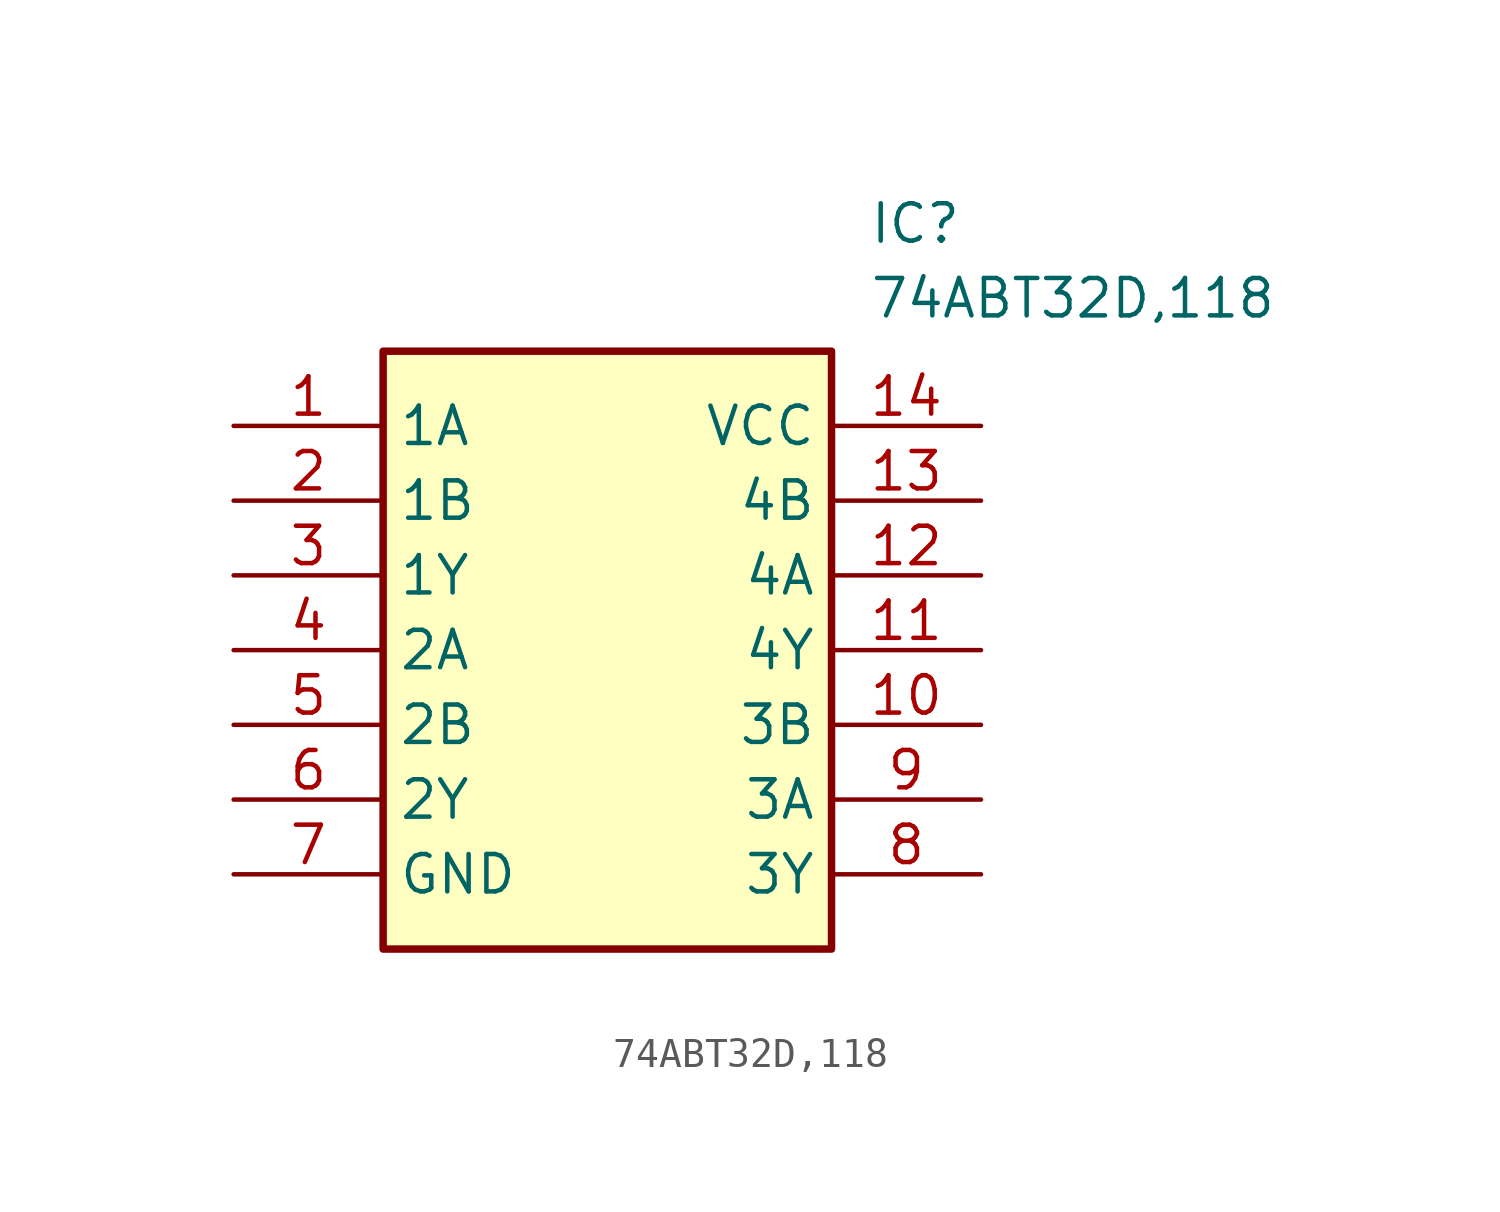
<source format=kicad_sym>
(kicad_symbol_lib
  (version 20211014)
  (generator SamacSys_ECAD_Model)
  (symbol "74ABT32D,118"
    (property "Reference" "IC"
      (at 21.59 7.62 0)
      (effects (font (size 1.27 1.27)) (justify left top)))
    (property "Value" "74ABT32D,118"
      (at 21.59 5.08 0)
      (effects (font (size 1.27 1.27)) (justify left top)))
    (rectangle
      (start 5.08 2.54)
      (end 20.32 -17.78)
      (stroke (width 0.254) (type default))
      (fill (type background)))
    (pin passive line
      (at 0 0 0)
      (length 5.08)
      (name "1A" (effects (font (size 1.27 1.27))))
      (number "1" (effects (font (size 1.27 1.27)))))
    (pin passive line
      (at 0 -2.54 0)
      (length 5.08)
      (name "1B" (effects (font (size 1.27 1.27))))
      (number "2" (effects (font (size 1.27 1.27)))))
    (pin passive line
      (at 0 -5.08 0)
      (length 5.08)
      (name "1Y" (effects (font (size 1.27 1.27))))
      (number "3" (effects (font (size 1.27 1.27)))))
    (pin passive line
      (at 0 -7.62 0)
      (length 5.08)
      (name "2A" (effects (font (size 1.27 1.27))))
      (number "4" (effects (font (size 1.27 1.27)))))
    (pin passive line
      (at 0 -10.16 0)
      (length 5.08)
      (name "2B" (effects (font (size 1.27 1.27))))
      (number "5" (effects (font (size 1.27 1.27)))))
    (pin passive line
      (at 0 -12.7 0)
      (length 5.08)
      (name "2Y" (effects (font (size 1.27 1.27))))
      (number "6" (effects (font (size 1.27 1.27)))))
    (pin passive line
      (at 0 -15.24 0)
      (length 5.08)
      (name "GND" (effects (font (size 1.27 1.27))))
      (number "7" (effects (font (size 1.27 1.27)))))
    (pin passive line
      (at 25.4 0 180)
      (length 5.08)
      (name "VCC" (effects (font (size 1.27 1.27))))
      (number "14" (effects (font (size 1.27 1.27)))))
    (pin passive line
      (at 25.4 -2.54 180)
      (length 5.08)
      (name "4B" (effects (font (size 1.27 1.27))))
      (number "13" (effects (font (size 1.27 1.27)))))
    (pin passive line
      (at 25.4 -5.08 180)
      (length 5.08)
      (name "4A" (effects (font (size 1.27 1.27))))
      (number "12" (effects (font (size 1.27 1.27)))))
    (pin passive line
      (at 25.4 -7.62 180)
      (length 5.08)
      (name "4Y" (effects (font (size 1.27 1.27))))
      (number "11" (effects (font (size 1.27 1.27)))))
    (pin passive line
      (at 25.4 -10.16 180)
      (length 5.08)
      (name "3B" (effects (font (size 1.27 1.27))))
      (number "10" (effects (font (size 1.27 1.27)))))
    (pin passive line
      (at 25.4 -12.7 180)
      (length 5.08)
      (name "3A" (effects (font (size 1.27 1.27))))
      (number "9" (effects (font (size 1.27 1.27)))))
    (pin passive line
      (at 25.4 -15.24 180)
      (length 5.08)
      (name "3Y" (effects (font (size 1.27 1.27))))
      (number "8" (effects (font (size 1.27 1.27)))))))
</source>
